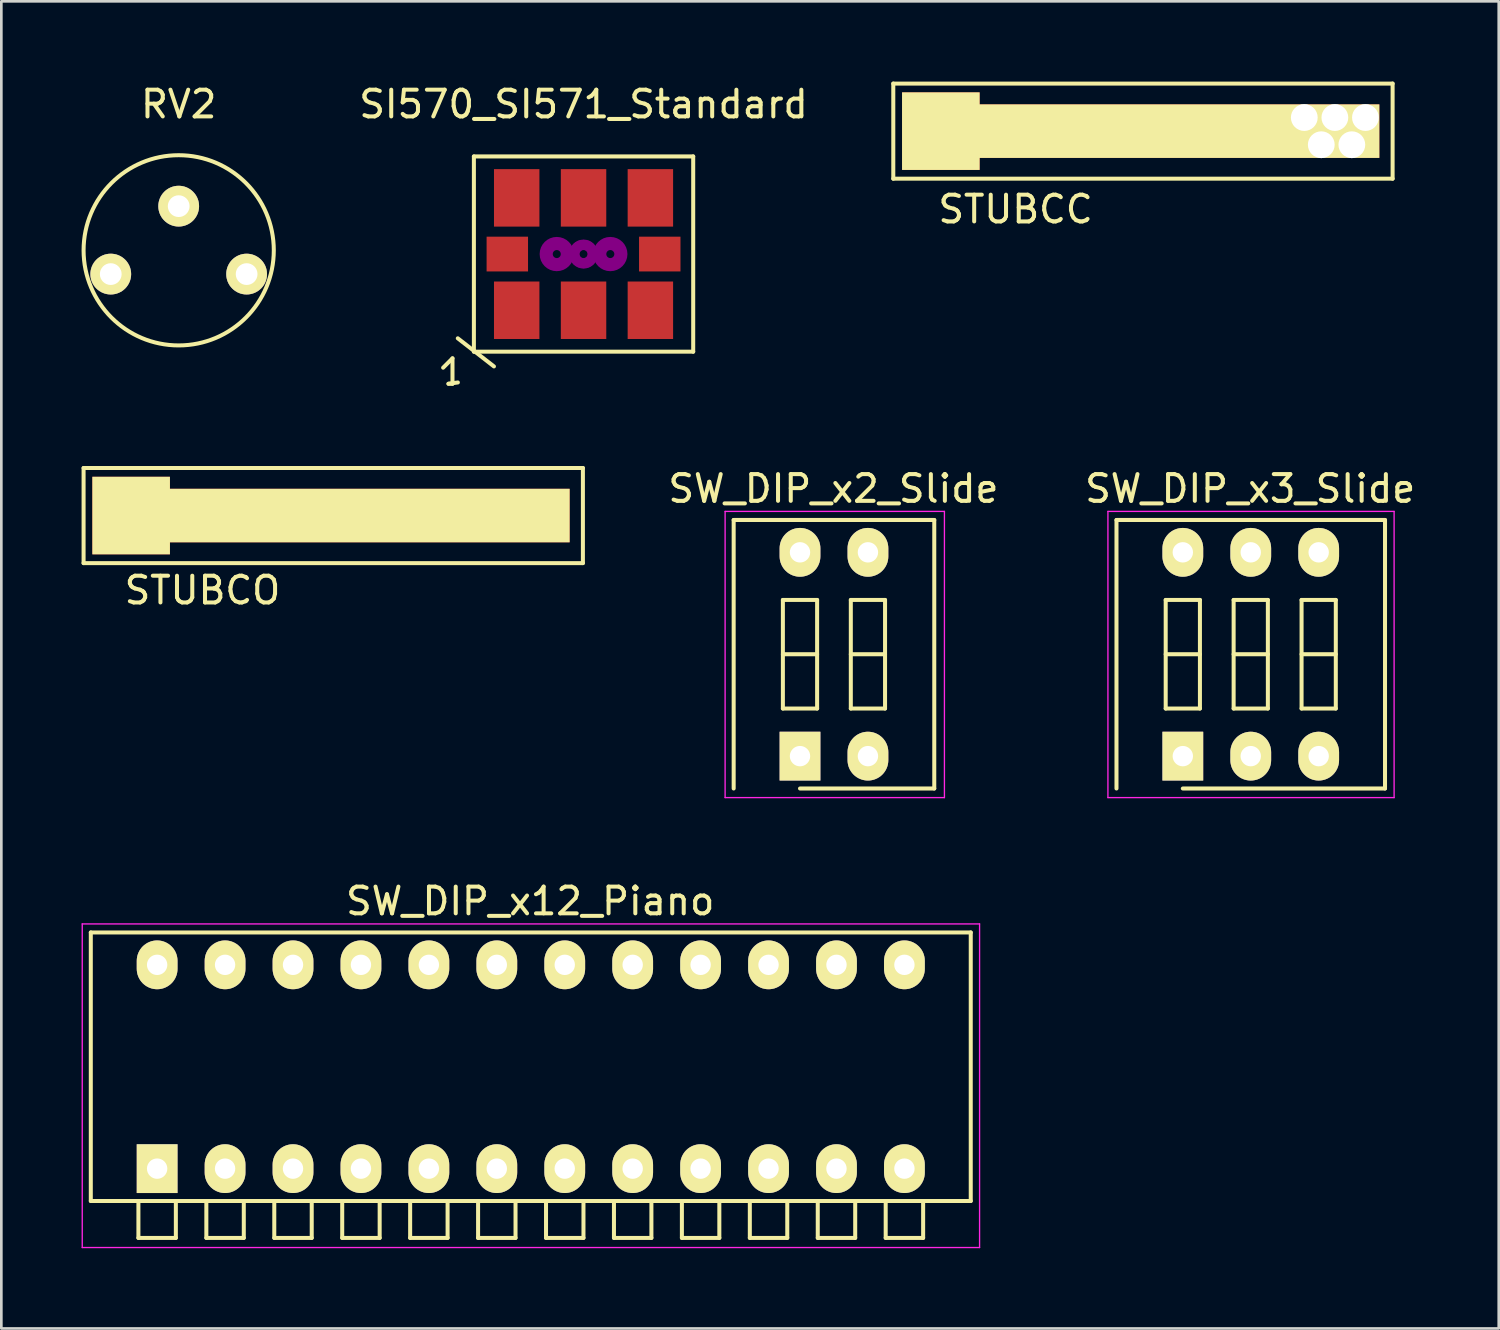
<source format=kicad_pcb>
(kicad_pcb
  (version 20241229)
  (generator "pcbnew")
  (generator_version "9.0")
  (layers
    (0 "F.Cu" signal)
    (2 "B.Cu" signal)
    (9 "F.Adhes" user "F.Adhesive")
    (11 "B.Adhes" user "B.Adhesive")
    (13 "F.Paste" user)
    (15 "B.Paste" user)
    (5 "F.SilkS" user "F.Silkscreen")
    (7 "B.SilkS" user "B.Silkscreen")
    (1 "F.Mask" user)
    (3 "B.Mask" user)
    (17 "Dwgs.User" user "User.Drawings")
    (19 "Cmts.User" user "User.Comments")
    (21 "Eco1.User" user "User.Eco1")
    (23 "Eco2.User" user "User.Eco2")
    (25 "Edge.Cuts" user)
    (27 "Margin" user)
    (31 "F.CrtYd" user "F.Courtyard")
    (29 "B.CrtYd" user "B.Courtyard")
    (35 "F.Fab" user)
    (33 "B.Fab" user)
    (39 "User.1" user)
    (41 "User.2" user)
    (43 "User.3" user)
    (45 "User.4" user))
  (footprint "RV2"
    (layer "F.Cu")
    (at 3.631 5.928)
    (property "Reference" "RV2" (at 0 -5.08 0) (layer "F.SilkS") (effects (font (size 1 1) (thickness 0.15))))
    (attr through_hole)
    (fp_circle (center 0 0.381) (end 0 -3.175) (stroke (width 0.15) (type solid)) (fill no) (layer "F.SilkS"))
    (pad "1" thru_hole circle (at -2.54 1.27) (size 1.524 1.524) (drill 0.813) (layers "*.Cu" "*.Mask" "F.SilkS"))
    (pad "2" thru_hole circle (at 0 -1.27) (size 1.524 1.524) (drill 0.813) (layers "*.Cu" "*.Mask" "F.SilkS"))
    (pad "3" thru_hole circle (at 2.54 1.27) (size 1.524 1.524) (drill 0.813) (layers "*.Cu" "*.Mask" "F.SilkS")))
  (footprint "SW_DIP_x2_Slide"
    (layer "F.Cu")
    (at 26.861 25.221)
    (property "Reference" "SW_DIP_x2_Slide" (at 1.25 -10 0) (layer "F.SilkS") (effects (font (size 1 1) (thickness 0.15))))
    (attr through_hole)
    (fp_line (start -2.48 -8.83) (end 5.02 -8.83) (stroke (width 0.15) (type solid)) (layer "F.SilkS"))
    (fp_line (start -2.48 1.21) (end -2.48 -8.83) (stroke (width 0.15) (type solid)) (layer "F.SilkS"))
    (fp_line (start -0.64 -5.84) (end -0.64 -1.78) (stroke (width 0.15) (type solid)) (layer "F.SilkS"))
    (fp_line (start -0.64 -3.81) (end 0.64 -3.81) (stroke (width 0.15) (type solid)) (layer "F.SilkS"))
    (fp_line (start -0.64 -1.78) (end 0.64 -1.78) (stroke (width 0.15) (type solid)) (layer "F.SilkS"))
    (fp_line (start 0.64 -5.84) (end -0.64 -5.84) (stroke (width 0.15) (type solid)) (layer "F.SilkS"))
    (fp_line (start 0.64 -1.78) (end 0.64 -5.84) (stroke (width 0.15) (type solid)) (layer "F.SilkS"))
    (fp_line (start 1.9 -5.84) (end 1.9 -1.78) (stroke (width 0.15) (type solid)) (layer "F.SilkS"))
    (fp_line (start 1.9 -3.81) (end 3.18 -3.81) (stroke (width 0.15) (type solid)) (layer "F.SilkS"))
    (fp_line (start 1.9 -1.78) (end 3.18 -1.78) (stroke (width 0.15) (type solid)) (layer "F.SilkS"))
    (fp_line (start 3.18 -5.84) (end 1.9 -5.84) (stroke (width 0.15) (type solid)) (layer "F.SilkS"))
    (fp_line (start 3.18 -1.78) (end 3.18 -5.84) (stroke (width 0.15) (type solid)) (layer "F.SilkS"))
    (fp_line (start 5.02 -8.83) (end 5.02 1.21) (stroke (width 0.15) (type solid)) (layer "F.SilkS"))
    (fp_line (start 5.02 1.21) (end 0 1.21) (stroke (width 0.15) (type solid)) (layer "F.SilkS"))
    (fp_line (start -2.8 -9.15) (end -2.8 1.55) (stroke (width 0.05) (type solid)) (layer "F.CrtYd"))
    (fp_line (start -2.8 1.55) (end 5.4 1.55) (stroke (width 0.05) (type solid)) (layer "F.CrtYd"))
    (fp_line (start 5.4 -9.15) (end -2.8 -9.15) (stroke (width 0.05) (type solid)) (layer "F.CrtYd"))
    (fp_line (start 5.4 1.55) (end 5.4 -9.15) (stroke (width 0.05) (type solid)) (layer "F.CrtYd"))
    (pad "1" thru_hole rect (at 0 0) (size 1.524 1.824) (drill 0.762) (layers "*.Cu" "*.Mask" "F.SilkS"))
    (pad "2" thru_hole oval (at 2.54 0) (size 1.524 1.824) (drill 0.762) (layers "*.Cu" "*.Mask" "F.SilkS"))
    (pad "3" thru_hole oval (at 2.54 -7.62) (size 1.524 1.824) (drill 0.762) (layers "*.Cu" "*.Mask" "F.SilkS"))
    (pad "4" thru_hole oval (at 0 -7.62) (size 1.524 1.824) (drill 0.762) (layers "*.Cu" "*.Mask" "F.SilkS")))
  (footprint "STUBCO"
    (layer "F.Cu")
    (at 9.473 16.226)
    (property "Reference" "STUBCO" (at -4.953 2.794 0) (layer "F.SilkS") (effects (font (size 1 1) (thickness 0.15))))
    (attr through_hole)
    (fp_line (start -9.398 -1.778) (end -9.398 1.778) (stroke (width 0.15) (type solid)) (layer "F.SilkS"))
    (fp_line (start -9.398 1.778) (end 9.271 1.778) (stroke (width 0.15) (type solid)) (layer "F.SilkS"))
    (fp_line (start 9.271 -1.778) (end -9.398 -1.778) (stroke (width 0.15) (type solid)) (layer "F.SilkS"))
    (fp_line (start 9.271 -1.778) (end 9.271 1.778) (stroke (width 0.15) (type solid)) (layer "F.SilkS"))
    (pad "1" smd rect (at -7.62 0) (size 2.901 2.901) (layers "F.Cu" "F.Mask" "F.SilkS" "F.Paste"))
    (pad "1" smd rect (at 1.27 0) (size 15.011 2.002) (layers "F.Cu" "F.Mask" "F.SilkS" "F.Paste")))
  (footprint "SW_DIP_x12_Piano"
    (layer "F.Cu")
    (at 2.825 40.644)
    (property "Reference" "SW_DIP_x12_Piano" (at 13.95 -10 0) (layer "F.SilkS") (effects (font (size 1 1) (thickness 0.15))))
    (attr through_hole)
    (fp_line (start -2.48 -8.83) (end 30.42 -8.83) (stroke (width 0.15) (type solid)) (layer "F.SilkS"))
    (fp_line (start -2.48 1.21) (end -2.48 -8.83) (stroke (width 0.15) (type solid)) (layer "F.SilkS"))
    (fp_line (start -0.7 1.22) (end -0.7 2.59) (stroke (width 0.15) (type solid)) (layer "F.SilkS"))
    (fp_line (start -0.7 2.59) (end 0.7 2.59) (stroke (width 0.15) (type solid)) (layer "F.SilkS"))
    (fp_line (start 0.7 2.59) (end 0.7 1.22) (stroke (width 0.15) (type solid)) (layer "F.SilkS"))
    (fp_line (start 1.84 1.22) (end 1.84 2.59) (stroke (width 0.15) (type solid)) (layer "F.SilkS"))
    (fp_line (start 1.84 2.59) (end 3.24 2.59) (stroke (width 0.15) (type solid)) (layer "F.SilkS"))
    (fp_line (start 3.24 2.59) (end 3.24 1.22) (stroke (width 0.15) (type solid)) (layer "F.SilkS"))
    (fp_line (start 4.38 1.22) (end 4.38 2.59) (stroke (width 0.15) (type solid)) (layer "F.SilkS"))
    (fp_line (start 4.38 2.59) (end 5.78 2.59) (stroke (width 0.15) (type solid)) (layer "F.SilkS"))
    (fp_line (start 5.78 2.59) (end 5.78 1.22) (stroke (width 0.15) (type solid)) (layer "F.SilkS"))
    (fp_line (start 6.92 1.22) (end 6.92 2.59) (stroke (width 0.15) (type solid)) (layer "F.SilkS"))
    (fp_line (start 6.92 2.59) (end 8.32 2.59) (stroke (width 0.15) (type solid)) (layer "F.SilkS"))
    (fp_line (start 8.32 2.59) (end 8.32 1.22) (stroke (width 0.15) (type solid)) (layer "F.SilkS"))
    (fp_line (start 9.46 1.22) (end 9.46 2.59) (stroke (width 0.15) (type solid)) (layer "F.SilkS"))
    (fp_line (start 9.46 2.59) (end 10.86 2.59) (stroke (width 0.15) (type solid)) (layer "F.SilkS"))
    (fp_line (start 10.86 2.59) (end 10.86 1.22) (stroke (width 0.15) (type solid)) (layer "F.SilkS"))
    (fp_line (start 12 1.22) (end 12 2.59) (stroke (width 0.15) (type solid)) (layer "F.SilkS"))
    (fp_line (start 12 2.59) (end 13.4 2.59) (stroke (width 0.15) (type solid)) (layer "F.SilkS"))
    (fp_line (start 13.4 2.59) (end 13.4 1.22) (stroke (width 0.15) (type solid)) (layer "F.SilkS"))
    (fp_line (start 14.54 1.22) (end 14.54 2.59) (stroke (width 0.15) (type solid)) (layer "F.SilkS"))
    (fp_line (start 14.54 2.59) (end 15.94 2.59) (stroke (width 0.15) (type solid)) (layer "F.SilkS"))
    (fp_line (start 15.94 2.59) (end 15.94 1.22) (stroke (width 0.15) (type solid)) (layer "F.SilkS"))
    (fp_line (start 17.08 1.22) (end 17.08 2.59) (stroke (width 0.15) (type solid)) (layer "F.SilkS"))
    (fp_line (start 17.08 2.59) (end 18.48 2.59) (stroke (width 0.15) (type solid)) (layer "F.SilkS"))
    (fp_line (start 18.48 2.59) (end 18.48 1.22) (stroke (width 0.15) (type solid)) (layer "F.SilkS"))
    (fp_line (start 19.62 1.22) (end 19.62 2.59) (stroke (width 0.15) (type solid)) (layer "F.SilkS"))
    (fp_line (start 19.62 2.59) (end 21.02 2.59) (stroke (width 0.15) (type solid)) (layer "F.SilkS"))
    (fp_line (start 21.02 2.59) (end 21.02 1.22) (stroke (width 0.15) (type solid)) (layer "F.SilkS"))
    (fp_line (start 22.16 1.22) (end 22.16 2.59) (stroke (width 0.15) (type solid)) (layer "F.SilkS"))
    (fp_line (start 22.16 2.59) (end 23.56 2.59) (stroke (width 0.15) (type solid)) (layer "F.SilkS"))
    (fp_line (start 23.56 2.59) (end 23.56 1.22) (stroke (width 0.15) (type solid)) (layer "F.SilkS"))
    (fp_line (start 24.7 1.22) (end 24.7 2.59) (stroke (width 0.15) (type solid)) (layer "F.SilkS"))
    (fp_line (start 24.7 2.59) (end 26.1 2.59) (stroke (width 0.15) (type solid)) (layer "F.SilkS"))
    (fp_line (start 26.1 2.59) (end 26.1 1.22) (stroke (width 0.15) (type solid)) (layer "F.SilkS"))
    (fp_line (start 27.24 1.22) (end 27.24 2.59) (stroke (width 0.15) (type solid)) (layer "F.SilkS"))
    (fp_line (start 27.24 2.59) (end 28.64 2.59) (stroke (width 0.15) (type solid)) (layer "F.SilkS"))
    (fp_line (start 28.64 2.59) (end 28.64 1.22) (stroke (width 0.15) (type solid)) (layer "F.SilkS"))
    (fp_line (start 30.42 -8.83) (end 30.42 1.21) (stroke (width 0.15) (type solid)) (layer "F.SilkS"))
    (fp_line (start 30.42 1.21) (end -2.48 1.21) (stroke (width 0.15) (type solid)) (layer "F.SilkS"))
    (fp_line (start -2.8 -9.15) (end -2.8 2.95) (stroke (width 0.05) (type solid)) (layer "F.CrtYd"))
    (fp_line (start -2.8 2.95) (end 30.75 2.95) (stroke (width 0.05) (type solid)) (layer "F.CrtYd"))
    (fp_line (start 30.75 -9.15) (end -2.8 -9.15) (stroke (width 0.05) (type solid)) (layer "F.CrtYd"))
    (fp_line (start 30.75 2.95) (end 30.75 -9.15) (stroke (width 0.05) (type solid)) (layer "F.CrtYd"))
    (pad "1" thru_hole rect (at 0 0) (size 1.524 1.824) (drill 0.762) (layers "*.Cu" "*.Mask" "F.SilkS"))
    (pad "2" thru_hole oval (at 2.54 0) (size 1.524 1.824) (drill 0.762) (layers "*.Cu" "*.Mask" "F.SilkS"))
    (pad "3" thru_hole oval (at 5.08 0) (size 1.524 1.824) (drill 0.762) (layers "*.Cu" "*.Mask" "F.SilkS"))
    (pad "4" thru_hole oval (at 7.62 0) (size 1.524 1.824) (drill 0.762) (layers "*.Cu" "*.Mask" "F.SilkS"))
    (pad "5" thru_hole oval (at 10.16 0) (size 1.524 1.824) (drill 0.762) (layers "*.Cu" "*.Mask" "F.SilkS"))
    (pad "6" thru_hole oval (at 12.7 0) (size 1.524 1.824) (drill 0.762) (layers "*.Cu" "*.Mask" "F.SilkS"))
    (pad "7" thru_hole oval (at 15.24 0) (size 1.524 1.824) (drill 0.762) (layers "*.Cu" "*.Mask" "F.SilkS"))
    (pad "8" thru_hole oval (at 17.78 0) (size 1.524 1.824) (drill 0.762) (layers "*.Cu" "*.Mask" "F.SilkS"))
    (pad "9" thru_hole oval (at 20.32 0) (size 1.524 1.824) (drill 0.762) (layers "*.Cu" "*.Mask" "F.SilkS"))
    (pad "10" thru_hole oval (at 22.86 0) (size 1.524 1.824) (drill 0.762) (layers "*.Cu" "*.Mask" "F.SilkS"))
    (pad "11" thru_hole oval (at 25.4 0) (size 1.524 1.824) (drill 0.762) (layers "*.Cu" "*.Mask" "F.SilkS"))
    (pad "12" thru_hole oval (at 27.94 0) (size 1.524 1.824) (drill 0.762) (layers "*.Cu" "*.Mask" "F.SilkS"))
    (pad "13" thru_hole oval (at 27.94 -7.62) (size 1.524 1.824) (drill 0.762) (layers "*.Cu" "*.Mask" "F.SilkS"))
    (pad "14" thru_hole oval (at 25.4 -7.62) (size 1.524 1.824) (drill 0.762) (layers "*.Cu" "*.Mask" "F.SilkS"))
    (pad "15" thru_hole oval (at 22.86 -7.62) (size 1.524 1.824) (drill 0.762) (layers "*.Cu" "*.Mask" "F.SilkS"))
    (pad "16" thru_hole oval (at 20.32 -7.62) (size 1.524 1.824) (drill 0.762) (layers "*.Cu" "*.Mask" "F.SilkS"))
    (pad "17" thru_hole oval (at 17.78 -7.62) (size 1.524 1.824) (drill 0.762) (layers "*.Cu" "*.Mask" "F.SilkS"))
    (pad "18" thru_hole oval (at 15.24 -7.62) (size 1.524 1.824) (drill 0.762) (layers "*.Cu" "*.Mask" "F.SilkS"))
    (pad "19" thru_hole oval (at 12.7 -7.62) (size 1.524 1.824) (drill 0.762) (layers "*.Cu" "*.Mask" "F.SilkS"))
    (pad "20" thru_hole oval (at 10.16 -7.62) (size 1.524 1.824) (drill 0.762) (layers "*.Cu" "*.Mask" "F.SilkS"))
    (pad "21" thru_hole oval (at 7.62 -7.62) (size 1.524 1.824) (drill 0.762) (layers "*.Cu" "*.Mask" "F.SilkS"))
    (pad "22" thru_hole oval (at 5.08 -7.62) (size 1.524 1.824) (drill 0.762) (layers "*.Cu" "*.Mask" "F.SilkS"))
    (pad "23" thru_hole oval (at 2.54 -7.62) (size 1.524 1.824) (drill 0.762) (layers "*.Cu" "*.Mask" "F.SilkS"))
    (pad "24" thru_hole oval (at 0 -7.62) (size 1.524 1.824) (drill 0.762) (layers "*.Cu" "*.Mask" "F.SilkS")))
  (footprint "STUBCC"
    (layer "F.Cu")
    (at 39.747 1.853)
    (property "Reference" "STUBCC" (at -4.826 2.921 0) (layer "F.SilkS") (effects (font (size 1 1) (thickness 0.15))))
    (attr through_hole)
    (fp_line (start -9.398 -1.778) (end -9.398 1.778) (stroke (width 0.15) (type solid)) (layer "F.SilkS"))
    (fp_line (start -9.398 1.778) (end 9.271 1.778) (stroke (width 0.15) (type solid)) (layer "F.SilkS"))
    (fp_line (start 9.271 -1.778) (end -9.398 -1.778) (stroke (width 0.15) (type solid)) (layer "F.SilkS"))
    (fp_line (start 9.271 -1.778) (end 9.271 1.778) (stroke (width 0.15) (type solid)) (layer "F.SilkS"))
    (pad "1" smd rect (at -7.62 0) (size 2.901 2.901) (layers "F.Cu" "F.Mask" "F.SilkS" "F.Paste"))
    (pad "2" smd rect (at 1.27 0) (size 15.011 2.002) (layers "F.Cu" "F.Mask" "F.SilkS" "F.Paste"))
    (pad "2" thru_hole circle (at 5.969 -0.508) (size 1.001 1.001) (drill 1.016) (layers "*.Cu" "*.Mask"))
    (pad "2" thru_hole circle (at 6.604 0.508) (size 1.001 1.001) (drill 1.016) (layers "*.Cu" "*.Mask"))
    (pad "2" thru_hole circle (at 7.112 -0.508) (size 1.001 1.001) (drill 1.016) (layers "*.Cu" "*.Mask"))
    (pad "2" thru_hole circle (at 7.747 0.508) (size 1.001 1.001) (drill 1.016) (layers "*.Cu" "*.Mask"))
    (pad "2" thru_hole circle (at 8.255 -0.508) (size 1.001 1.001) (drill 1.016) (layers "*.Cu" "*.Mask")))
  (footprint "SI570_SI571_Standard"
    (layer "F.Cu")
    (at 18.768 6.449)
    (property "Reference" "SI570_SI571_Standard" (at 0 -5.601 0) (layer "F.SilkS") (effects (font (size 1 1) (thickness 0.15))))
    (attr smd)
    (fp_line (start -5.25 4.249) (end -4.9 3.899) (stroke (width 0.15) (type solid)) (layer "F.SilkS"))
    (fp_line (start -5.05 4.849) (end -4.699 4.801) (stroke (width 0.15) (type solid)) (layer "F.SilkS"))
    (fp_line (start -4.9 3.899) (end -4.9 4.849) (stroke (width 0.15) (type solid)) (layer "F.SilkS"))
    (fp_line (start -4.9 4.849) (end -5.05 4.849) (stroke (width 0.15) (type solid)) (layer "F.SilkS"))
    (fp_line (start -4.702 3.15) (end -3.35 4.201) (stroke (width 0.15) (type solid)) (layer "F.SilkS"))
    (fp_line (start -4.1 -3.65) (end -4.1 3.65) (stroke (width 0.15) (type solid)) (layer "F.SilkS"))
    (fp_line (start -4.1 3.65) (end 4.1 3.65) (stroke (width 0.15) (type solid)) (layer "F.SilkS"))
    (fp_line (start 4.1 -3.65) (end -4.1 -3.65) (stroke (width 0.15) (type solid)) (layer "F.SilkS"))
    (fp_line (start 4.1 3.65) (end 4.1 -3.65) (stroke (width 0.15) (type solid)) (layer "F.SilkS"))
    (fp_circle (center -1.001 0) (end -0.851 0) (stroke (width 0.381) (type solid)) (fill no) (layer "F.Adhes"))
    (fp_circle (center -1.001 0) (end -0.551 0) (stroke (width 0.381) (type solid)) (fill no) (layer "F.Adhes"))
    (fp_circle (center 0 0) (end 0.15 0) (stroke (width 0.381) (type solid)) (fill no) (layer "F.Adhes"))
    (fp_circle (center 0 0) (end 0.351 0) (stroke (width 0.381) (type solid)) (fill no) (layer "F.Adhes"))
    (fp_circle (center 1.001 0) (end 0.551 0) (stroke (width 0.381) (type solid)) (fill no) (layer "F.Adhes"))
    (fp_circle (center 1.001 0) (end 0.851 0) (stroke (width 0.381) (type solid)) (fill no) (layer "F.Adhes"))
    (pad "1" smd rect (at -2.499 2.101) (size 1.699 2.149) (layers "F.Cu" "F.Mask" "F.Paste"))
    (pad "2" smd rect (at 0 2.101) (size 1.699 2.149) (layers "F.Cu" "F.Mask" "F.Paste"))
    (pad "3" smd rect (at 2.499 2.101) (size 1.699 2.149) (layers "F.Cu" "F.Mask" "F.Paste"))
    (pad "4" smd rect (at 2.499 -2.101) (size 1.699 2.149) (layers "F.Cu" "F.Mask" "F.Paste"))
    (pad "5" smd rect (at 0 -2.101) (size 1.699 2.149) (layers "F.Cu" "F.Mask" "F.Paste"))
    (pad "6" smd rect (at -2.499 -2.101) (size 1.699 2.149) (layers "F.Cu" "F.Mask" "F.Paste"))
    (pad "7" smd rect (at -2.85 0) (size 1.549 1.3) (layers "F.Cu" "F.Mask" "F.Paste"))
    (pad "8" smd rect (at 2.85 0) (size 1.549 1.3) (layers "F.Cu" "F.Mask" "F.Paste")))
  (footprint "SW_DIP_x3_Slide"
    (layer "F.Cu")
    (at 41.174 25.221)
    (property "Reference" "SW_DIP_x3_Slide" (at 2.52 -10 0) (layer "F.SilkS") (effects (font (size 1 1) (thickness 0.15))))
    (attr through_hole)
    (fp_line (start -2.48 -8.83) (end 7.56 -8.83) (stroke (width 0.15) (type solid)) (layer "F.SilkS"))
    (fp_line (start -2.48 1.21) (end -2.48 -8.83) (stroke (width 0.15) (type solid)) (layer "F.SilkS"))
    (fp_line (start -0.64 -5.84) (end -0.64 -1.78) (stroke (width 0.15) (type solid)) (layer "F.SilkS"))
    (fp_line (start -0.64 -3.81) (end 0.64 -3.81) (stroke (width 0.15) (type solid)) (layer "F.SilkS"))
    (fp_line (start -0.64 -1.78) (end 0.64 -1.78) (stroke (width 0.15) (type solid)) (layer "F.SilkS"))
    (fp_line (start 0.64 -5.84) (end -0.64 -5.84) (stroke (width 0.15) (type solid)) (layer "F.SilkS"))
    (fp_line (start 0.64 -1.78) (end 0.64 -5.84) (stroke (width 0.15) (type solid)) (layer "F.SilkS"))
    (fp_line (start 1.9 -5.84) (end 1.9 -1.78) (stroke (width 0.15) (type solid)) (layer "F.SilkS"))
    (fp_line (start 1.9 -3.81) (end 3.18 -3.81) (stroke (width 0.15) (type solid)) (layer "F.SilkS"))
    (fp_line (start 1.9 -1.78) (end 3.18 -1.78) (stroke (width 0.15) (type solid)) (layer "F.SilkS"))
    (fp_line (start 3.18 -5.84) (end 1.9 -5.84) (stroke (width 0.15) (type solid)) (layer "F.SilkS"))
    (fp_line (start 3.18 -1.78) (end 3.18 -5.84) (stroke (width 0.15) (type solid)) (layer "F.SilkS"))
    (fp_line (start 4.44 -5.84) (end 4.44 -1.78) (stroke (width 0.15) (type solid)) (layer "F.SilkS"))
    (fp_line (start 4.44 -3.81) (end 5.72 -3.81) (stroke (width 0.15) (type solid)) (layer "F.SilkS"))
    (fp_line (start 4.44 -1.78) (end 5.72 -1.78) (stroke (width 0.15) (type solid)) (layer "F.SilkS"))
    (fp_line (start 5.72 -5.84) (end 4.44 -5.84) (stroke (width 0.15) (type solid)) (layer "F.SilkS"))
    (fp_line (start 5.72 -1.78) (end 5.72 -5.84) (stroke (width 0.15) (type solid)) (layer "F.SilkS"))
    (fp_line (start 7.56 -8.83) (end 7.56 1.21) (stroke (width 0.15) (type solid)) (layer "F.SilkS"))
    (fp_line (start 7.56 1.21) (end 0 1.21) (stroke (width 0.15) (type solid)) (layer "F.SilkS"))
    (fp_line (start -2.8 -9.15) (end -2.8 1.55) (stroke (width 0.05) (type solid)) (layer "F.CrtYd"))
    (fp_line (start -2.8 1.55) (end 7.9 1.55) (stroke (width 0.05) (type solid)) (layer "F.CrtYd"))
    (fp_line (start 7.9 -9.15) (end -2.8 -9.15) (stroke (width 0.05) (type solid)) (layer "F.CrtYd"))
    (fp_line (start 7.9 1.55) (end 7.9 -9.15) (stroke (width 0.05) (type solid)) (layer "F.CrtYd"))
    (pad "1" thru_hole rect (at 0 0) (size 1.524 1.824) (drill 0.762) (layers "*.Cu" "*.Mask" "F.SilkS"))
    (pad "2" thru_hole oval (at 2.54 0) (size 1.524 1.824) (drill 0.762) (layers "*.Cu" "*.Mask" "F.SilkS"))
    (pad "3" thru_hole oval (at 5.08 0) (size 1.524 1.824) (drill 0.762) (layers "*.Cu" "*.Mask" "F.SilkS"))
    (pad "4" thru_hole oval (at 5.08 -7.62) (size 1.524 1.824) (drill 0.762) (layers "*.Cu" "*.Mask" "F.SilkS"))
    (pad "5" thru_hole oval (at 2.54 -7.62) (size 1.524 1.824) (drill 0.762) (layers "*.Cu" "*.Mask" "F.SilkS"))
    (pad "6" thru_hole oval (at 0 -7.62) (size 1.524 1.824) (drill 0.762) (layers "*.Cu" "*.Mask" "F.SilkS")))
  (gr_rect
    (start -3 -3)
    (end 52.986 46.619)
    (stroke (width 0.1) (type default))
    (fill no)
    (layer "Edge.Cuts")))
</source>
